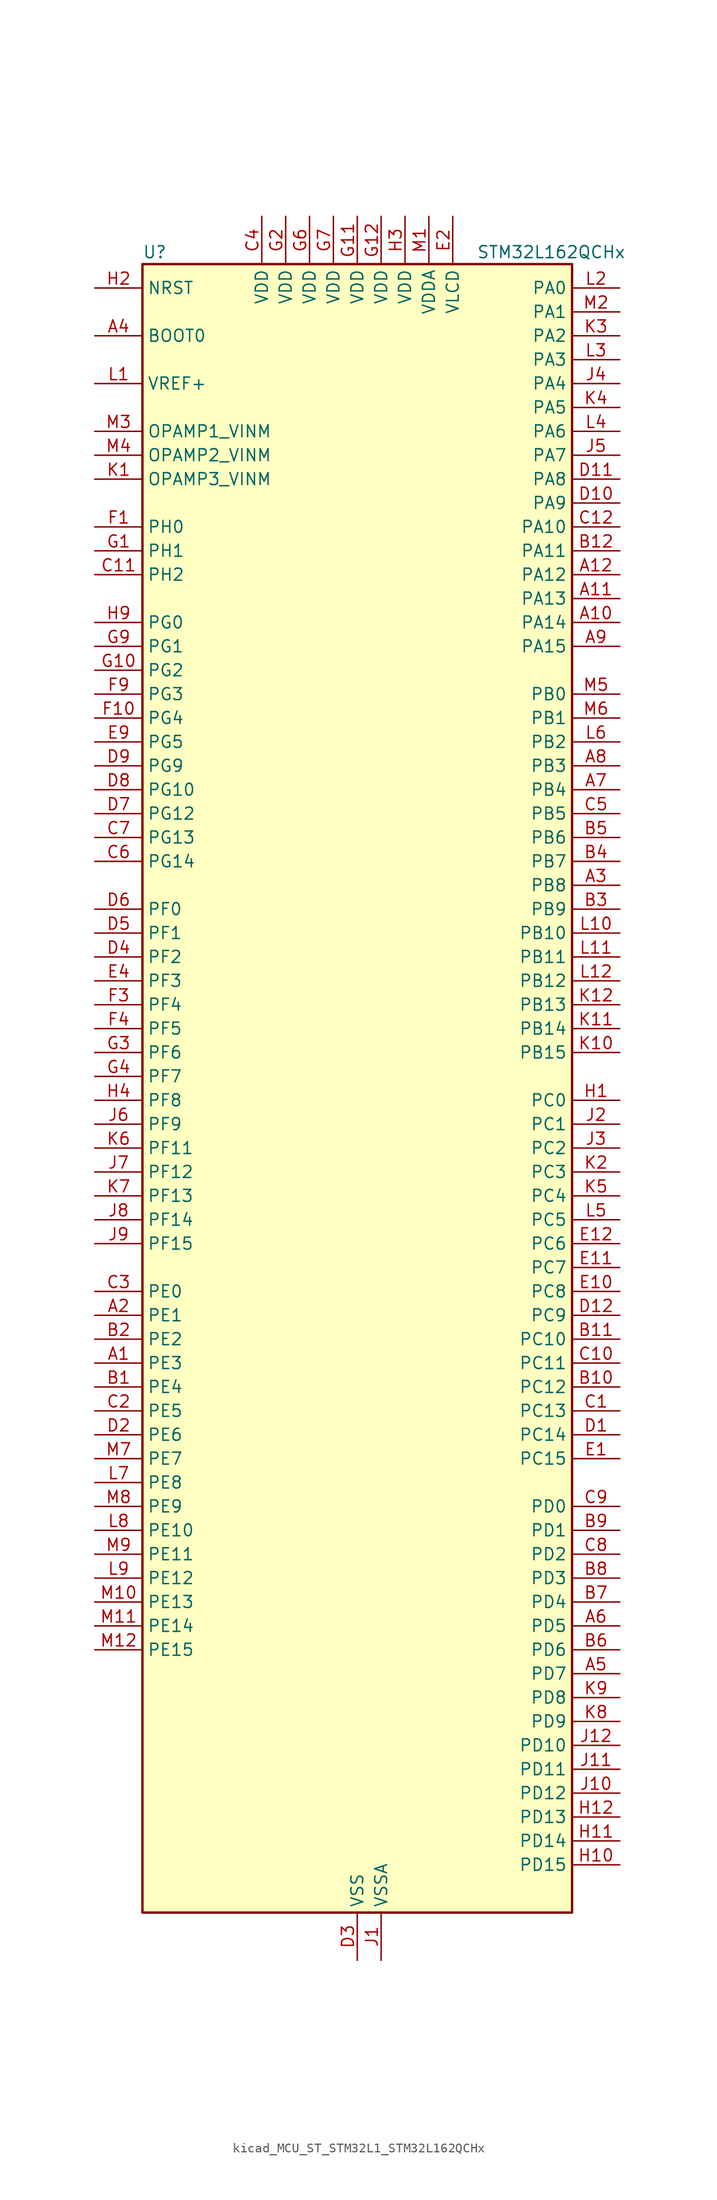
<source format=kicad_sym>
(kicad_symbol_lib
  (version 20220914)
  (generator kicad_symbol_editor)
  (symbol "kicad_MCU_ST_STM32L1_STM32L162QCHx"
    (property "Reference" "U"
      (at -22.86 90.17 0)
      (effects (font (size 1.27 1.27)) (justify left)))
    (property "Value" "STM32L162QCHx"
      (at 12.7 90.17 0)
      (effects (font (size 1.27 1.27)) (justify left)))
    (property "ki_locked" ""
      (at 0 0 0)
      (effects (font (size 1.27 1.27))))
    (symbol "kicad_MCU_ST_STM32L1_STM32L162QCHx_0_1"
      (rectangle (start -22.86 -86.36) (end 22.86 88.9) (stroke (width 0.254) (type default)) (fill (type background))))
    (symbol "kicad_MCU_ST_STM32L1_STM32L162QCHx_1_1"
      (pin bidirectional line (at -27.94 -27.94 0) (length 5.08) (name "PE3" (effects (font (size 1.27 1.27)))) (number "A1" (effects (font (size 1.27 1.27)))) (alternate "LCD_SEG39" bidirectional line) (alternate "SYS_TRACED0" bidirectional line) (alternate "TIM3_CH1" bidirectional line) (alternate "TIMX_IC4" bidirectional line))
      (pin bidirectional line (at 27.94 50.8 180) (length 5.08) (name "PA14" (effects (font (size 1.27 1.27)))) (number "A10" (effects (font (size 1.27 1.27)))) (alternate "SYS_JTCK-SWCLK" bidirectional line) (alternate "TIMX_IC3" bidirectional line) (alternate "TS_G5_IO2" bidirectional line))
      (pin bidirectional line (at 27.94 53.34 180) (length 5.08) (name "PA13" (effects (font (size 1.27 1.27)))) (number "A11" (effects (font (size 1.27 1.27)))) (alternate "SYS_JTMS-SWDIO" bidirectional line) (alternate "TIMX_IC2" bidirectional line) (alternate "TS_G5_IO1" bidirectional line))
      (pin bidirectional line (at 27.94 55.88 180) (length 5.08) (name "PA12" (effects (font (size 1.27 1.27)))) (number "A12" (effects (font (size 1.27 1.27)))) (alternate "SPI1_MOSI" bidirectional line) (alternate "TIMX_IC1" bidirectional line) (alternate "USART1_RTS" bidirectional line) (alternate "USB_DP" bidirectional line))
      (pin bidirectional line (at -27.94 -22.86 0) (length 5.08) (name "PE1" (effects (font (size 1.27 1.27)))) (number "A2" (effects (font (size 1.27 1.27)))) (alternate "LCD_SEG37" bidirectional line) (alternate "TIM11_CH1" bidirectional line) (alternate "TIMX_IC2" bidirectional line))
      (pin bidirectional line (at 27.94 22.86 180) (length 5.08) (name "PB8" (effects (font (size 1.27 1.27)))) (number "A3" (effects (font (size 1.27 1.27)))) (alternate "I2C1_SCL" bidirectional line) (alternate "LCD_SEG16" bidirectional line) (alternate "TIM10_CH1" bidirectional line) (alternate "TIM4_CH3" bidirectional line))
      (pin input line (at -27.94 81.28 0) (length 5.08) (name "BOOT0" (effects (font (size 1.27 1.27)))) (number "A4" (effects (font (size 1.27 1.27)))))
      (pin bidirectional line (at 27.94 -60.96 180) (length 5.08) (name "PD7" (effects (font (size 1.27 1.27)))) (number "A5" (effects (font (size 1.27 1.27)))) (alternate "TIM9_CH2" bidirectional line) (alternate "TIMX_IC4" bidirectional line) (alternate "USART2_CK" bidirectional line))
      (pin bidirectional line (at 27.94 -55.88 180) (length 5.08) (name "PD5" (effects (font (size 1.27 1.27)))) (number "A6" (effects (font (size 1.27 1.27)))) (alternate "TIMX_IC2" bidirectional line) (alternate "USART2_TX" bidirectional line))
      (pin bidirectional line (at 27.94 33.02 180) (length 5.08) (name "PB4" (effects (font (size 1.27 1.27)))) (number "A7" (effects (font (size 1.27 1.27)))) (alternate "COMP2_INP" bidirectional line) (alternate "LCD_SEG8" bidirectional line) (alternate "SPI1_MISO" bidirectional line) (alternate "SPI3_MISO" bidirectional line) (alternate "SYS_JTRST" bidirectional line) (alternate "TIM3_CH1" bidirectional line) (alternate "TS_G6_IO1" bidirectional line))
      (pin bidirectional line (at 27.94 35.56 180) (length 5.08) (name "PB3" (effects (font (size 1.27 1.27)))) (number "A8" (effects (font (size 1.27 1.27)))) (alternate "COMP2_INM" bidirectional line) (alternate "I2S3_CK" bidirectional line) (alternate "LCD_SEG7" bidirectional line) (alternate "SPI1_SCK" bidirectional line) (alternate "SPI3_SCK" bidirectional line) (alternate "SYS_JTDO-TRACESWO" bidirectional line) (alternate "TIM2_CH2" bidirectional line))
      (pin bidirectional line (at 27.94 48.26 180) (length 5.08) (name "PA15" (effects (font (size 1.27 1.27)))) (number "A9" (effects (font (size 1.27 1.27)))) (alternate "ADC_EXTI15" bidirectional line) (alternate "I2S3_WS" bidirectional line) (alternate "LCD_SEG17" bidirectional line) (alternate "SPI1_NSS" bidirectional line) (alternate "SPI3_NSS" bidirectional line) (alternate "SYS_JTDI" bidirectional line) (alternate "TIM2_CH1" bidirectional line) (alternate "TIM2_ETR" bidirectional line) (alternate "TIMX_IC4" bidirectional line) (alternate "TS_G5_IO3" bidirectional line))
      (pin bidirectional line (at -27.94 -30.48 0) (length 5.08) (name "PE4" (effects (font (size 1.27 1.27)))) (number "B1" (effects (font (size 1.27 1.27)))) (alternate "SYS_TRACED1" bidirectional line) (alternate "TIM3_CH2" bidirectional line) (alternate "TIMX_IC1" bidirectional line))
      (pin bidirectional line (at 27.94 -30.48 180) (length 5.08) (name "PC12" (effects (font (size 1.27 1.27)))) (number "B10" (effects (font (size 1.27 1.27)))) (alternate "I2S3_SD" bidirectional line) (alternate "LCD_COM6" bidirectional line) (alternate "LCD_SEG30" bidirectional line) (alternate "LCD_SEG42" bidirectional line) (alternate "SPI3_MOSI" bidirectional line) (alternate "TIMX_IC1" bidirectional line) (alternate "USART3_CK" bidirectional line))
      (pin bidirectional line (at 27.94 -25.4 180) (length 5.08) (name "PC10" (effects (font (size 1.27 1.27)))) (number "B11" (effects (font (size 1.27 1.27)))) (alternate "I2S3_CK" bidirectional line) (alternate "LCD_COM4" bidirectional line) (alternate "LCD_SEG28" bidirectional line) (alternate "LCD_SEG40" bidirectional line) (alternate "SPI3_SCK" bidirectional line) (alternate "TIMX_IC3" bidirectional line) (alternate "USART3_TX" bidirectional line))
      (pin bidirectional line (at 27.94 58.42 180) (length 5.08) (name "PA11" (effects (font (size 1.27 1.27)))) (number "B12" (effects (font (size 1.27 1.27)))) (alternate "ADC_EXTI11" bidirectional line) (alternate "SPI1_MISO" bidirectional line) (alternate "TIMX_IC4" bidirectional line) (alternate "USART1_CTS" bidirectional line) (alternate "USB_DM" bidirectional line))
      (pin bidirectional line (at -27.94 -25.4 0) (length 5.08) (name "PE2" (effects (font (size 1.27 1.27)))) (number "B2" (effects (font (size 1.27 1.27)))) (alternate "LCD_SEG38" bidirectional line) (alternate "SYS_TRACECK" bidirectional line) (alternate "TIM3_ETR" bidirectional line) (alternate "TIMX_IC3" bidirectional line))
      (pin bidirectional line (at 27.94 20.32 180) (length 5.08) (name "PB9" (effects (font (size 1.27 1.27)))) (number "B3" (effects (font (size 1.27 1.27)))) (alternate "DAC_EXTI9" bidirectional line) (alternate "I2C1_SDA" bidirectional line) (alternate "LCD_COM3" bidirectional line) (alternate "TIM11_CH1" bidirectional line) (alternate "TIM4_CH4" bidirectional line))
      (pin bidirectional line (at 27.94 25.4 180) (length 5.08) (name "PB7" (effects (font (size 1.27 1.27)))) (number "B4" (effects (font (size 1.27 1.27)))) (alternate "COMP2_INP" bidirectional line) (alternate "I2C1_SDA" bidirectional line) (alternate "SYS_PVD_IN" bidirectional line) (alternate "TIM4_CH2" bidirectional line) (alternate "TS_G6_IO4" bidirectional line) (alternate "USART1_RX" bidirectional line))
      (pin bidirectional line (at 27.94 27.94 180) (length 5.08) (name "PB6" (effects (font (size 1.27 1.27)))) (number "B5" (effects (font (size 1.27 1.27)))) (alternate "COMP2_INP" bidirectional line) (alternate "I2C1_SCL" bidirectional line) (alternate "TIM4_CH1" bidirectional line) (alternate "TS_G6_IO3" bidirectional line) (alternate "USART1_TX" bidirectional line))
      (pin bidirectional line (at 27.94 -58.42 180) (length 5.08) (name "PD6" (effects (font (size 1.27 1.27)))) (number "B6" (effects (font (size 1.27 1.27)))) (alternate "TIMX_IC3" bidirectional line) (alternate "USART2_RX" bidirectional line))
      (pin bidirectional line (at 27.94 -53.34 180) (length 5.08) (name "PD4" (effects (font (size 1.27 1.27)))) (number "B7" (effects (font (size 1.27 1.27)))) (alternate "I2S2_SD" bidirectional line) (alternate "SPI2_MOSI" bidirectional line) (alternate "TIMX_IC1" bidirectional line) (alternate "USART2_RTS" bidirectional line))
      (pin bidirectional line (at 27.94 -50.8 180) (length 5.08) (name "PD3" (effects (font (size 1.27 1.27)))) (number "B8" (effects (font (size 1.27 1.27)))) (alternate "SPI2_MISO" bidirectional line) (alternate "TIMX_IC4" bidirectional line) (alternate "USART2_CTS" bidirectional line))
      (pin bidirectional line (at 27.94 -45.72 180) (length 5.08) (name "PD1" (effects (font (size 1.27 1.27)))) (number "B9" (effects (font (size 1.27 1.27)))) (alternate "I2S2_CK" bidirectional line) (alternate "SPI2_SCK" bidirectional line) (alternate "TIMX_IC2" bidirectional line))
      (pin bidirectional line (at 27.94 -33.02 180) (length 5.08) (name "PC13" (effects (font (size 1.27 1.27)))) (number "C1" (effects (font (size 1.27 1.27)))) (alternate "RTC_OUT_ALARM" bidirectional line) (alternate "RTC_OUT_CALIB" bidirectional line) (alternate "RTC_TAMP1" bidirectional line) (alternate "RTC_TS" bidirectional line) (alternate "SYS_WKUP2" bidirectional line) (alternate "TIMX_IC2" bidirectional line))
      (pin bidirectional line (at 27.94 -27.94 180) (length 5.08) (name "PC11" (effects (font (size 1.27 1.27)))) (number "C10" (effects (font (size 1.27 1.27)))) (alternate "ADC_EXTI11" bidirectional line) (alternate "LCD_COM5" bidirectional line) (alternate "LCD_SEG29" bidirectional line) (alternate "LCD_SEG41" bidirectional line) (alternate "SPI3_MISO" bidirectional line) (alternate "TIMX_IC4" bidirectional line) (alternate "USART3_RX" bidirectional line))
      (pin bidirectional line (at -27.94 55.88 0) (length 5.08) (name "PH2" (effects (font (size 1.27 1.27)))) (number "C11" (effects (font (size 1.27 1.27)))))
      (pin bidirectional line (at 27.94 60.96 180) (length 5.08) (name "PA10" (effects (font (size 1.27 1.27)))) (number "C12" (effects (font (size 1.27 1.27)))) (alternate "LCD_COM2" bidirectional line) (alternate "TIMX_IC3" bidirectional line) (alternate "TS_G4_IO3" bidirectional line) (alternate "USART1_RX" bidirectional line))
      (pin bidirectional line (at -27.94 -33.02 0) (length 5.08) (name "PE5" (effects (font (size 1.27 1.27)))) (number "C2" (effects (font (size 1.27 1.27)))) (alternate "SYS_TRACED2" bidirectional line) (alternate "TIM9_CH1" bidirectional line) (alternate "TIMX_IC2" bidirectional line))
      (pin bidirectional line (at -27.94 -20.32 0) (length 5.08) (name "PE0" (effects (font (size 1.27 1.27)))) (number "C3" (effects (font (size 1.27 1.27)))) (alternate "LCD_SEG36" bidirectional line) (alternate "TIM10_CH1" bidirectional line) (alternate "TIM4_ETR" bidirectional line) (alternate "TIMX_IC1" bidirectional line))
      (pin power_in line (at -10.16 93.98 270) (length 5.08) (name "VDD" (effects (font (size 1.27 1.27)))) (number "C4" (effects (font (size 1.27 1.27)))))
      (pin bidirectional line (at 27.94 30.48 180) (length 5.08) (name "PB5" (effects (font (size 1.27 1.27)))) (number "C5" (effects (font (size 1.27 1.27)))) (alternate "COMP2_INP" bidirectional line) (alternate "I2C1_SMBA" bidirectional line) (alternate "I2S3_SD" bidirectional line) (alternate "LCD_SEG9" bidirectional line) (alternate "SPI1_MOSI" bidirectional line) (alternate "SPI3_MOSI" bidirectional line) (alternate "TIM3_CH2" bidirectional line) (alternate "TS_G6_IO2" bidirectional line))
      (pin bidirectional line (at -27.94 25.4 0) (length 5.08) (name "PG14" (effects (font (size 1.27 1.27)))) (number "C6" (effects (font (size 1.27 1.27)))))
      (pin bidirectional line (at -27.94 27.94 0) (length 5.08) (name "PG13" (effects (font (size 1.27 1.27)))) (number "C7" (effects (font (size 1.27 1.27)))))
      (pin bidirectional line (at 27.94 -48.26 180) (length 5.08) (name "PD2" (effects (font (size 1.27 1.27)))) (number "C8" (effects (font (size 1.27 1.27)))) (alternate "LCD_COM7" bidirectional line) (alternate "LCD_SEG31" bidirectional line) (alternate "LCD_SEG43" bidirectional line) (alternate "TIM3_ETR" bidirectional line) (alternate "TIMX_IC3" bidirectional line))
      (pin bidirectional line (at 27.94 -43.18 180) (length 5.08) (name "PD0" (effects (font (size 1.27 1.27)))) (number "C9" (effects (font (size 1.27 1.27)))) (alternate "I2S2_WS" bidirectional line) (alternate "SPI2_NSS" bidirectional line) (alternate "TIM9_CH1" bidirectional line) (alternate "TIMX_IC1" bidirectional line))
      (pin bidirectional line (at 27.94 -35.56 180) (length 5.08) (name "PC14" (effects (font (size 1.27 1.27)))) (number "D1" (effects (font (size 1.27 1.27)))) (alternate "RCC_OSC32_IN" bidirectional line) (alternate "TIMX_IC3" bidirectional line))
      (pin bidirectional line (at 27.94 63.5 180) (length 5.08) (name "PA9" (effects (font (size 1.27 1.27)))) (number "D10" (effects (font (size 1.27 1.27)))) (alternate "DAC_EXTI9" bidirectional line) (alternate "LCD_COM1" bidirectional line) (alternate "TIMX_IC2" bidirectional line) (alternate "TS_G4_IO2" bidirectional line) (alternate "USART1_TX" bidirectional line))
      (pin bidirectional line (at 27.94 66.04 180) (length 5.08) (name "PA8" (effects (font (size 1.27 1.27)))) (number "D11" (effects (font (size 1.27 1.27)))) (alternate "LCD_COM0" bidirectional line) (alternate "RCC_MCO" bidirectional line) (alternate "TIMX_IC1" bidirectional line) (alternate "TS_G4_IO1" bidirectional line) (alternate "USART1_CK" bidirectional line))
      (pin bidirectional line (at 27.94 -22.86 180) (length 5.08) (name "PC9" (effects (font (size 1.27 1.27)))) (number "D12" (effects (font (size 1.27 1.27)))) (alternate "DAC_EXTI9" bidirectional line) (alternate "LCD_SEG27" bidirectional line) (alternate "TIM3_CH4" bidirectional line) (alternate "TIMX_IC2" bidirectional line) (alternate "TS_G10_IO4" bidirectional line))
      (pin bidirectional line (at -27.94 -35.56 0) (length 5.08) (name "PE6" (effects (font (size 1.27 1.27)))) (number "D2" (effects (font (size 1.27 1.27)))) (alternate "RTC_TAMP3" bidirectional line) (alternate "SYS_TRACED3" bidirectional line) (alternate "SYS_WKUP3" bidirectional line) (alternate "TIM9_CH2" bidirectional line) (alternate "TIMX_IC3" bidirectional line))
      (pin power_in line (at 0 -91.44 90) (length 5.08) (name "VSS" (effects (font (size 1.27 1.27)))) (number "D3" (effects (font (size 1.27 1.27)))))
      (pin bidirectional line (at -27.94 15.24 0) (length 5.08) (name "PF2" (effects (font (size 1.27 1.27)))) (number "D4" (effects (font (size 1.27 1.27)))))
      (pin bidirectional line (at -27.94 17.78 0) (length 5.08) (name "PF1" (effects (font (size 1.27 1.27)))) (number "D5" (effects (font (size 1.27 1.27)))))
      (pin bidirectional line (at -27.94 20.32 0) (length 5.08) (name "PF0" (effects (font (size 1.27 1.27)))) (number "D6" (effects (font (size 1.27 1.27)))))
      (pin bidirectional line (at -27.94 30.48 0) (length 5.08) (name "PG12" (effects (font (size 1.27 1.27)))) (number "D7" (effects (font (size 1.27 1.27)))))
      (pin bidirectional line (at -27.94 33.02 0) (length 5.08) (name "PG10" (effects (font (size 1.27 1.27)))) (number "D8" (effects (font (size 1.27 1.27)))))
      (pin bidirectional line (at -27.94 35.56 0) (length 5.08) (name "PG9" (effects (font (size 1.27 1.27)))) (number "D9" (effects (font (size 1.27 1.27)))) (alternate "DAC_EXTI9" bidirectional line))
      (pin bidirectional line (at 27.94 -38.1 180) (length 5.08) (name "PC15" (effects (font (size 1.27 1.27)))) (number "E1" (effects (font (size 1.27 1.27)))) (alternate "ADC_EXTI15" bidirectional line) (alternate "RCC_OSC32_OUT" bidirectional line) (alternate "TIMX_IC4" bidirectional line))
      (pin bidirectional line (at 27.94 -20.32 180) (length 5.08) (name "PC8" (effects (font (size 1.27 1.27)))) (number "E10" (effects (font (size 1.27 1.27)))) (alternate "LCD_SEG26" bidirectional line) (alternate "TIM3_CH3" bidirectional line) (alternate "TIMX_IC1" bidirectional line) (alternate "TS_G10_IO3" bidirectional line))
      (pin bidirectional line (at 27.94 -17.78 180) (length 5.08) (name "PC7" (effects (font (size 1.27 1.27)))) (number "E11" (effects (font (size 1.27 1.27)))) (alternate "I2S3_MCK" bidirectional line) (alternate "LCD_SEG25" bidirectional line) (alternate "TIM3_CH2" bidirectional line) (alternate "TIMX_IC4" bidirectional line) (alternate "TS_G10_IO2" bidirectional line))
      (pin bidirectional line (at 27.94 -15.24 180) (length 5.08) (name "PC6" (effects (font (size 1.27 1.27)))) (number "E12" (effects (font (size 1.27 1.27)))) (alternate "I2S2_MCK" bidirectional line) (alternate "LCD_SEG24" bidirectional line) (alternate "TIM3_CH1" bidirectional line) (alternate "TIMX_IC3" bidirectional line) (alternate "TS_G10_IO1" bidirectional line))
      (pin power_in line (at 10.16 93.98 270) (length 5.08) (name "VLCD" (effects (font (size 1.27 1.27)))) (number "E2" (effects (font (size 1.27 1.27)))))
      (pin passive line (at 0 -91.44 90) (length 5.08) hide (name "VSS" (effects (font (size 1.27 1.27)))) (number "E3" (effects (font (size 1.27 1.27)))))
      (pin bidirectional line (at -27.94 12.7 0) (length 5.08) (name "PF3" (effects (font (size 1.27 1.27)))) (number "E4" (effects (font (size 1.27 1.27)))))
      (pin bidirectional line (at -27.94 38.1 0) (length 5.08) (name "PG5" (effects (font (size 1.27 1.27)))) (number "E9" (effects (font (size 1.27 1.27)))))
      (pin bidirectional line (at -27.94 60.96 0) (length 5.08) (name "PH0" (effects (font (size 1.27 1.27)))) (number "F1" (effects (font (size 1.27 1.27)))) (alternate "RCC_OSC_IN" bidirectional line))
      (pin bidirectional line (at -27.94 40.64 0) (length 5.08) (name "PG4" (effects (font (size 1.27 1.27)))) (number "F10" (effects (font (size 1.27 1.27)))) (alternate "ADC_IN12b" bidirectional line) (alternate "TS_G7_IO7" bidirectional line))
      (pin passive line (at 0 -91.44 90) (length 5.08) hide (name "VSS" (effects (font (size 1.27 1.27)))) (number "F11" (effects (font (size 1.27 1.27)))))
      (pin passive line (at 0 -91.44 90) (length 5.08) hide (name "VSS" (effects (font (size 1.27 1.27)))) (number "F12" (effects (font (size 1.27 1.27)))))
      (pin passive line (at 0 -91.44 90) (length 5.08) hide (name "VSS" (effects (font (size 1.27 1.27)))) (number "F2" (effects (font (size 1.27 1.27)))))
      (pin bidirectional line (at -27.94 10.16 0) (length 5.08) (name "PF4" (effects (font (size 1.27 1.27)))) (number "F3" (effects (font (size 1.27 1.27)))))
      (pin bidirectional line (at -27.94 7.62 0) (length 5.08) (name "PF5" (effects (font (size 1.27 1.27)))) (number "F4" (effects (font (size 1.27 1.27)))))
      (pin passive line (at 0 -91.44 90) (length 5.08) hide (name "VSS" (effects (font (size 1.27 1.27)))) (number "F6" (effects (font (size 1.27 1.27)))))
      (pin passive line (at 0 -91.44 90) (length 5.08) hide (name "VSS" (effects (font (size 1.27 1.27)))) (number "F7" (effects (font (size 1.27 1.27)))))
      (pin bidirectional line (at -27.94 43.18 0) (length 5.08) (name "PG3" (effects (font (size 1.27 1.27)))) (number "F9" (effects (font (size 1.27 1.27)))) (alternate "ADC_IN11b" bidirectional line) (alternate "TS_G7_IO6" bidirectional line))
      (pin bidirectional line (at -27.94 58.42 0) (length 5.08) (name "PH1" (effects (font (size 1.27 1.27)))) (number "G1" (effects (font (size 1.27 1.27)))) (alternate "RCC_OSC_OUT" bidirectional line))
      (pin bidirectional line (at -27.94 45.72 0) (length 5.08) (name "PG2" (effects (font (size 1.27 1.27)))) (number "G10" (effects (font (size 1.27 1.27)))) (alternate "ADC_IN10b" bidirectional line) (alternate "TS_G7_IO5" bidirectional line))
      (pin power_in line (at 0 93.98 270) (length 5.08) (name "VDD" (effects (font (size 1.27 1.27)))) (number "G11" (effects (font (size 1.27 1.27)))))
      (pin power_in line (at 2.54 93.98 270) (length 5.08) (name "VDD" (effects (font (size 1.27 1.27)))) (number "G12" (effects (font (size 1.27 1.27)))))
      (pin power_in line (at -7.62 93.98 270) (length 5.08) (name "VDD" (effects (font (size 1.27 1.27)))) (number "G2" (effects (font (size 1.27 1.27)))))
      (pin bidirectional line (at -27.94 5.08 0) (length 5.08) (name "PF6" (effects (font (size 1.27 1.27)))) (number "G3" (effects (font (size 1.27 1.27)))) (alternate "ADC_IN27" bidirectional line) (alternate "TIM5_CH1" bidirectional line) (alternate "TIM5_ETR" bidirectional line) (alternate "TS_G11_IO1" bidirectional line))
      (pin bidirectional line (at -27.94 2.54 0) (length 5.08) (name "PF7" (effects (font (size 1.27 1.27)))) (number "G4" (effects (font (size 1.27 1.27)))) (alternate "ADC_IN28" bidirectional line) (alternate "COMP1_INP" bidirectional line) (alternate "TIM5_CH2" bidirectional line) (alternate "TS_G11_IO2" bidirectional line))
      (pin power_in line (at -5.08 93.98 270) (length 5.08) (name "VDD" (effects (font (size 1.27 1.27)))) (number "G6" (effects (font (size 1.27 1.27)))))
      (pin power_in line (at -2.54 93.98 270) (length 5.08) (name "VDD" (effects (font (size 1.27 1.27)))) (number "G7" (effects (font (size 1.27 1.27)))))
      (pin bidirectional line (at -27.94 48.26 0) (length 5.08) (name "PG1" (effects (font (size 1.27 1.27)))) (number "G9" (effects (font (size 1.27 1.27)))) (alternate "ADC_IN9b" bidirectional line) (alternate "TS_G2_IO5" bidirectional line))
      (pin bidirectional line (at 27.94 0 180) (length 5.08) (name "PC0" (effects (font (size 1.27 1.27)))) (number "H1" (effects (font (size 1.27 1.27)))) (alternate "ADC_IN10" bidirectional line) (alternate "COMP1_INP" bidirectional line) (alternate "LCD_SEG18" bidirectional line) (alternate "TIMX_IC1" bidirectional line) (alternate "TS_G8_IO1" bidirectional line))
      (pin bidirectional line (at 27.94 -81.28 180) (length 5.08) (name "PD15" (effects (font (size 1.27 1.27)))) (number "H10" (effects (font (size 1.27 1.27)))) (alternate "ADC_EXTI15" bidirectional line) (alternate "LCD_SEG35" bidirectional line) (alternate "TIM4_CH4" bidirectional line) (alternate "TIMX_IC4" bidirectional line))
      (pin bidirectional line (at 27.94 -78.74 180) (length 5.08) (name "PD14" (effects (font (size 1.27 1.27)))) (number "H11" (effects (font (size 1.27 1.27)))) (alternate "LCD_SEG34" bidirectional line) (alternate "TIM4_CH3" bidirectional line) (alternate "TIMX_IC3" bidirectional line))
      (pin bidirectional line (at 27.94 -76.2 180) (length 5.08) (name "PD13" (effects (font (size 1.27 1.27)))) (number "H12" (effects (font (size 1.27 1.27)))) (alternate "LCD_SEG33" bidirectional line) (alternate "TIM4_CH2" bidirectional line) (alternate "TIMX_IC2" bidirectional line))
      (pin input line (at -27.94 86.36 0) (length 5.08) (name "NRST" (effects (font (size 1.27 1.27)))) (number "H2" (effects (font (size 1.27 1.27)))))
      (pin power_in line (at 5.08 93.98 270) (length 5.08) (name "VDD" (effects (font (size 1.27 1.27)))) (number "H3" (effects (font (size 1.27 1.27)))))
      (pin bidirectional line (at -27.94 0 0) (length 5.08) (name "PF8" (effects (font (size 1.27 1.27)))) (number "H4" (effects (font (size 1.27 1.27)))) (alternate "ADC_IN29" bidirectional line) (alternate "COMP1_INP" bidirectional line) (alternate "TIM5_CH3" bidirectional line) (alternate "TS_G11_IO3" bidirectional line))
      (pin bidirectional line (at -27.94 50.8 0) (length 5.08) (name "PG0" (effects (font (size 1.27 1.27)))) (number "H9" (effects (font (size 1.27 1.27)))) (alternate "ADC_IN8b" bidirectional line) (alternate "TS_G2_IO4" bidirectional line))
      (pin power_in line (at 2.54 -91.44 90) (length 5.08) (name "VSSA" (effects (font (size 1.27 1.27)))) (number "J1" (effects (font (size 1.27 1.27)))))
      (pin bidirectional line (at 27.94 -73.66 180) (length 5.08) (name "PD12" (effects (font (size 1.27 1.27)))) (number "J10" (effects (font (size 1.27 1.27)))) (alternate "LCD_SEG32" bidirectional line) (alternate "TIM4_CH1" bidirectional line) (alternate "TIMX_IC1" bidirectional line) (alternate "USART3_RTS" bidirectional line))
      (pin bidirectional line (at 27.94 -71.12 180) (length 5.08) (name "PD11" (effects (font (size 1.27 1.27)))) (number "J11" (effects (font (size 1.27 1.27)))) (alternate "ADC_EXTI11" bidirectional line) (alternate "LCD_SEG31" bidirectional line) (alternate "TIMX_IC4" bidirectional line) (alternate "USART3_CTS" bidirectional line))
      (pin bidirectional line (at 27.94 -68.58 180) (length 5.08) (name "PD10" (effects (font (size 1.27 1.27)))) (number "J12" (effects (font (size 1.27 1.27)))) (alternate "LCD_SEG30" bidirectional line) (alternate "TIMX_IC3" bidirectional line) (alternate "USART3_CK" bidirectional line))
      (pin bidirectional line (at 27.94 -2.54 180) (length 5.08) (name "PC1" (effects (font (size 1.27 1.27)))) (number "J2" (effects (font (size 1.27 1.27)))) (alternate "ADC_IN11" bidirectional line) (alternate "COMP1_INP" bidirectional line) (alternate "LCD_SEG19" bidirectional line) (alternate "TIMX_IC2" bidirectional line) (alternate "TS_G8_IO2" bidirectional line))
      (pin bidirectional line (at 27.94 -5.08 180) (length 5.08) (name "PC2" (effects (font (size 1.27 1.27)))) (number "J3" (effects (font (size 1.27 1.27)))) (alternate "ADC_IN12" bidirectional line) (alternate "COMP1_INP" bidirectional line) (alternate "LCD_SEG20" bidirectional line) (alternate "TIMX_IC3" bidirectional line) (alternate "TS_G8_IO3" bidirectional line))
      (pin bidirectional line (at 27.94 76.2 180) (length 5.08) (name "PA4" (effects (font (size 1.27 1.27)))) (number "J4" (effects (font (size 1.27 1.27)))) (alternate "ADC_IN4" bidirectional line) (alternate "COMP1_INP" bidirectional line) (alternate "DAC_OUT1" bidirectional line) (alternate "I2S3_WS" bidirectional line) (alternate "SPI1_NSS" bidirectional line) (alternate "SPI3_NSS" bidirectional line) (alternate "TIMX_IC1" bidirectional line) (alternate "USART2_CK" bidirectional line))
      (pin bidirectional line (at 27.94 68.58 180) (length 5.08) (name "PA7" (effects (font (size 1.27 1.27)))) (number "J5" (effects (font (size 1.27 1.27)))) (alternate "ADC_IN7" bidirectional line) (alternate "COMP1_INP" bidirectional line) (alternate "LCD_SEG4" bidirectional line) (alternate "SPI1_MOSI" bidirectional line) (alternate "TIM11_CH1" bidirectional line) (alternate "TIM3_CH2" bidirectional line) (alternate "TIMX_IC4" bidirectional line) (alternate "TS_G2_IO2" bidirectional line))
      (pin bidirectional line (at -27.94 -2.54 0) (length 5.08) (name "PF9" (effects (font (size 1.27 1.27)))) (number "J6" (effects (font (size 1.27 1.27)))) (alternate "ADC_IN30" bidirectional line) (alternate "COMP1_INP" bidirectional line) (alternate "DAC_EXTI9" bidirectional line) (alternate "TIM5_CH4" bidirectional line) (alternate "TS_G11_IO4" bidirectional line))
      (pin bidirectional line (at -27.94 -7.62 0) (length 5.08) (name "PF12" (effects (font (size 1.27 1.27)))) (number "J7" (effects (font (size 1.27 1.27)))) (alternate "ADC_IN2b" bidirectional line) (alternate "TS_G3_IO5" bidirectional line))
      (pin bidirectional line (at -27.94 -12.7 0) (length 5.08) (name "PF14" (effects (font (size 1.27 1.27)))) (number "J8" (effects (font (size 1.27 1.27)))) (alternate "ADC_IN6b" bidirectional line) (alternate "TS_G9_IO4" bidirectional line))
      (pin bidirectional line (at -27.94 -15.24 0) (length 5.08) (name "PF15" (effects (font (size 1.27 1.27)))) (number "J9" (effects (font (size 1.27 1.27)))) (alternate "ADC_EXTI15" bidirectional line) (alternate "ADC_IN7b" bidirectional line) (alternate "TS_G2_IO3" bidirectional line))
      (pin input line (at -27.94 66.04 0) (length 5.08) (name "OPAMP3_VINM" (effects (font (size 1.27 1.27)))) (number "K1" (effects (font (size 1.27 1.27)))))
      (pin bidirectional line (at 27.94 5.08 180) (length 5.08) (name "PB15" (effects (font (size 1.27 1.27)))) (number "K10" (effects (font (size 1.27 1.27)))) (alternate "ADC_EXTI15" bidirectional line) (alternate "ADC_IN21" bidirectional line) (alternate "COMP1_INP" bidirectional line) (alternate "I2S2_SD" bidirectional line) (alternate "LCD_SEG15" bidirectional line) (alternate "RTC_REFIN" bidirectional line) (alternate "SPI2_MOSI" bidirectional line) (alternate "TIM11_CH1" bidirectional line) (alternate "TS_G7_IO4" bidirectional line))
      (pin bidirectional line (at 27.94 7.62 180) (length 5.08) (name "PB14" (effects (font (size 1.27 1.27)))) (number "K11" (effects (font (size 1.27 1.27)))) (alternate "ADC_IN20" bidirectional line) (alternate "COMP1_INP" bidirectional line) (alternate "LCD_SEG14" bidirectional line) (alternate "SPI2_MISO" bidirectional line) (alternate "TIM9_CH2" bidirectional line) (alternate "TS_G7_IO3" bidirectional line) (alternate "USART3_RTS" bidirectional line))
      (pin bidirectional line (at 27.94 10.16 180) (length 5.08) (name "PB13" (effects (font (size 1.27 1.27)))) (number "K12" (effects (font (size 1.27 1.27)))) (alternate "ADC_IN19" bidirectional line) (alternate "COMP1_INP" bidirectional line) (alternate "I2S2_CK" bidirectional line) (alternate "LCD_SEG13" bidirectional line) (alternate "SPI2_SCK" bidirectional line) (alternate "TIM9_CH1" bidirectional line) (alternate "TS_G7_IO2" bidirectional line) (alternate "USART3_CTS" bidirectional line))
      (pin bidirectional line (at 27.94 -7.62 180) (length 5.08) (name "PC3" (effects (font (size 1.27 1.27)))) (number "K2" (effects (font (size 1.27 1.27)))) (alternate "ADC_IN13" bidirectional line) (alternate "COMP1_INP" bidirectional line) (alternate "LCD_SEG21" bidirectional line) (alternate "TIMX_IC4" bidirectional line) (alternate "TS_G8_IO4" bidirectional line))
      (pin bidirectional line (at 27.94 81.28 180) (length 5.08) (name "PA2" (effects (font (size 1.27 1.27)))) (number "K3" (effects (font (size 1.27 1.27)))) (alternate "ADC_IN2" bidirectional line) (alternate "COMP1_INP" bidirectional line) (alternate "LCD_SEG1" bidirectional line) (alternate "TIM2_CH3" bidirectional line) (alternate "TIM5_CH3" bidirectional line) (alternate "TIM9_CH1" bidirectional line) (alternate "TIMX_IC3" bidirectional line) (alternate "TS_G1_IO3" bidirectional line) (alternate "USART2_TX" bidirectional line))
      (pin bidirectional line (at 27.94 73.66 180) (length 5.08) (name "PA5" (effects (font (size 1.27 1.27)))) (number "K4" (effects (font (size 1.27 1.27)))) (alternate "ADC_IN5" bidirectional line) (alternate "COMP1_INP" bidirectional line) (alternate "DAC_OUT2" bidirectional line) (alternate "SPI1_SCK" bidirectional line) (alternate "TIM2_CH1" bidirectional line) (alternate "TIM2_ETR" bidirectional line) (alternate "TIMX_IC2" bidirectional line))
      (pin bidirectional line (at 27.94 -10.16 180) (length 5.08) (name "PC4" (effects (font (size 1.27 1.27)))) (number "K5" (effects (font (size 1.27 1.27)))) (alternate "ADC_IN14" bidirectional line) (alternate "COMP1_INP" bidirectional line) (alternate "LCD_SEG22" bidirectional line) (alternate "TIMX_IC1" bidirectional line) (alternate "TS_G9_IO1" bidirectional line))
      (pin bidirectional line (at -27.94 -5.08 0) (length 5.08) (name "PF11" (effects (font (size 1.27 1.27)))) (number "K6" (effects (font (size 1.27 1.27)))) (alternate "ADC_EXTI11" bidirectional line) (alternate "ADC_IN1b" bidirectional line) (alternate "TS_G3_IO4" bidirectional line))
      (pin bidirectional line (at -27.94 -10.16 0) (length 5.08) (name "PF13" (effects (font (size 1.27 1.27)))) (number "K7" (effects (font (size 1.27 1.27)))) (alternate "ADC_IN3b" bidirectional line) (alternate "TS_G9_IO3" bidirectional line))
      (pin bidirectional line (at 27.94 -66.04 180) (length 5.08) (name "PD9" (effects (font (size 1.27 1.27)))) (number "K8" (effects (font (size 1.27 1.27)))) (alternate "DAC_EXTI9" bidirectional line) (alternate "LCD_SEG29" bidirectional line) (alternate "TIMX_IC2" bidirectional line) (alternate "USART3_RX" bidirectional line))
      (pin bidirectional line (at 27.94 -63.5 180) (length 5.08) (name "PD8" (effects (font (size 1.27 1.27)))) (number "K9" (effects (font (size 1.27 1.27)))) (alternate "LCD_SEG28" bidirectional line) (alternate "TIMX_IC1" bidirectional line) (alternate "USART3_TX" bidirectional line))
      (pin input line (at -27.94 76.2 0) (length 5.08) (name "VREF+" (effects (font (size 1.27 1.27)))) (number "L1" (effects (font (size 1.27 1.27)))))
      (pin bidirectional line (at 27.94 17.78 180) (length 5.08) (name "PB10" (effects (font (size 1.27 1.27)))) (number "L10" (effects (font (size 1.27 1.27)))) (alternate "I2C2_SCL" bidirectional line) (alternate "LCD_SEG10" bidirectional line) (alternate "TIM2_CH3" bidirectional line) (alternate "USART3_TX" bidirectional line))
      (pin bidirectional line (at 27.94 15.24 180) (length 5.08) (name "PB11" (effects (font (size 1.27 1.27)))) (number "L11" (effects (font (size 1.27 1.27)))) (alternate "ADC_EXTI11" bidirectional line) (alternate "I2C2_SDA" bidirectional line) (alternate "LCD_SEG11" bidirectional line) (alternate "TIM2_CH4" bidirectional line) (alternate "USART3_RX" bidirectional line))
      (pin bidirectional line (at 27.94 12.7 180) (length 5.08) (name "PB12" (effects (font (size 1.27 1.27)))) (number "L12" (effects (font (size 1.27 1.27)))) (alternate "ADC_IN18" bidirectional line) (alternate "COMP1_INP" bidirectional line) (alternate "I2C2_SMBA" bidirectional line) (alternate "I2S2_WS" bidirectional line) (alternate "LCD_SEG12" bidirectional line) (alternate "SPI2_NSS" bidirectional line) (alternate "TIM10_CH1" bidirectional line) (alternate "TS_G7_IO1" bidirectional line) (alternate "USART3_CK" bidirectional line))
      (pin bidirectional line (at 27.94 86.36 180) (length 5.08) (name "PA0" (effects (font (size 1.27 1.27)))) (number "L2" (effects (font (size 1.27 1.27)))) (alternate "ADC_IN0" bidirectional line) (alternate "COMP1_INP" bidirectional line) (alternate "RTC_TAMP2" bidirectional line) (alternate "SYS_WKUP1" bidirectional line) (alternate "TIM2_CH1" bidirectional line) (alternate "TIM2_ETR" bidirectional line) (alternate "TIM5_CH1" bidirectional line) (alternate "TIMX_IC1" bidirectional line) (alternate "TS_G1_IO1" bidirectional line) (alternate "USART2_CTS" bidirectional line))
      (pin bidirectional line (at 27.94 78.74 180) (length 5.08) (name "PA3" (effects (font (size 1.27 1.27)))) (number "L3" (effects (font (size 1.27 1.27)))) (alternate "ADC_IN3" bidirectional line) (alternate "COMP1_INP" bidirectional line) (alternate "LCD_SEG2" bidirectional line) (alternate "OPAMP1_VOUT" bidirectional line) (alternate "TIM2_CH4" bidirectional line) (alternate "TIM5_CH4" bidirectional line) (alternate "TIM9_CH2" bidirectional line) (alternate "TIMX_IC4" bidirectional line) (alternate "TS_G1_IO4" bidirectional line) (alternate "USART2_RX" bidirectional line))
      (pin bidirectional line (at 27.94 71.12 180) (length 5.08) (name "PA6" (effects (font (size 1.27 1.27)))) (number "L4" (effects (font (size 1.27 1.27)))) (alternate "ADC_IN6" bidirectional line) (alternate "COMP1_INP" bidirectional line) (alternate "LCD_SEG3" bidirectional line) (alternate "OPAMP2_VINP" bidirectional line) (alternate "SPI1_MISO" bidirectional line) (alternate "TIM10_CH1" bidirectional line) (alternate "TIM3_CH1" bidirectional line) (alternate "TIMX_IC3" bidirectional line) (alternate "TS_G2_IO1" bidirectional line))
      (pin bidirectional line (at 27.94 -12.7 180) (length 5.08) (name "PC5" (effects (font (size 1.27 1.27)))) (number "L5" (effects (font (size 1.27 1.27)))) (alternate "ADC_IN15" bidirectional line) (alternate "COMP1_INP" bidirectional line) (alternate "LCD_SEG23" bidirectional line) (alternate "TIMX_IC2" bidirectional line) (alternate "TS_G9_IO2" bidirectional line))
      (pin bidirectional line (at 27.94 38.1 180) (length 5.08) (name "PB2" (effects (font (size 1.27 1.27)))) (number "L6" (effects (font (size 1.27 1.27)))) (alternate "ADC_IN0b" bidirectional line) (alternate "TS_G3_IO3" bidirectional line))
      (pin bidirectional line (at -27.94 -40.64 0) (length 5.08) (name "PE8" (effects (font (size 1.27 1.27)))) (number "L7" (effects (font (size 1.27 1.27)))) (alternate "ADC_IN23" bidirectional line) (alternate "COMP1_INP" bidirectional line) (alternate "TIMX_IC1" bidirectional line))
      (pin bidirectional line (at -27.94 -45.72 0) (length 5.08) (name "PE10" (effects (font (size 1.27 1.27)))) (number "L8" (effects (font (size 1.27 1.27)))) (alternate "ADC_IN25" bidirectional line) (alternate "COMP1_INP" bidirectional line) (alternate "TIM2_CH2" bidirectional line) (alternate "TIMX_IC3" bidirectional line))
      (pin bidirectional line (at -27.94 -50.8 0) (length 5.08) (name "PE12" (effects (font (size 1.27 1.27)))) (number "L9" (effects (font (size 1.27 1.27)))) (alternate "SPI1_NSS" bidirectional line) (alternate "TIM2_CH4" bidirectional line) (alternate "TIMX_IC1" bidirectional line))
      (pin power_in line (at 7.62 93.98 270) (length 5.08) (name "VDDA" (effects (font (size 1.27 1.27)))) (number "M1" (effects (font (size 1.27 1.27)))))
      (pin bidirectional line (at -27.94 -53.34 0) (length 5.08) (name "PE13" (effects (font (size 1.27 1.27)))) (number "M10" (effects (font (size 1.27 1.27)))) (alternate "SPI1_SCK" bidirectional line) (alternate "TIMX_IC2" bidirectional line))
      (pin bidirectional line (at -27.94 -55.88 0) (length 5.08) (name "PE14" (effects (font (size 1.27 1.27)))) (number "M11" (effects (font (size 1.27 1.27)))) (alternate "SPI1_MISO" bidirectional line) (alternate "TIMX_IC3" bidirectional line))
      (pin bidirectional line (at -27.94 -58.42 0) (length 5.08) (name "PE15" (effects (font (size 1.27 1.27)))) (number "M12" (effects (font (size 1.27 1.27)))) (alternate "ADC_EXTI15" bidirectional line) (alternate "SPI1_MOSI" bidirectional line) (alternate "TIMX_IC4" bidirectional line))
      (pin bidirectional line (at 27.94 83.82 180) (length 5.08) (name "PA1" (effects (font (size 1.27 1.27)))) (number "M2" (effects (font (size 1.27 1.27)))) (alternate "ADC_IN1" bidirectional line) (alternate "COMP1_INP" bidirectional line) (alternate "LCD_SEG0" bidirectional line) (alternate "OPAMP1_VINP" bidirectional line) (alternate "TIM2_CH2" bidirectional line) (alternate "TIM5_CH2" bidirectional line) (alternate "TIMX_IC2" bidirectional line) (alternate "TS_G1_IO2" bidirectional line) (alternate "USART2_RTS" bidirectional line))
      (pin input line (at -27.94 71.12 0) (length 5.08) (name "OPAMP1_VINM" (effects (font (size 1.27 1.27)))) (number "M3" (effects (font (size 1.27 1.27)))) (alternate "OPAMP1_VINM" bidirectional line))
      (pin input line (at -27.94 68.58 0) (length 5.08) (name "OPAMP2_VINM" (effects (font (size 1.27 1.27)))) (number "M4" (effects (font (size 1.27 1.27)))) (alternate "OPAMP2_VINM" bidirectional line))
      (pin bidirectional line (at 27.94 43.18 180) (length 5.08) (name "PB0" (effects (font (size 1.27 1.27)))) (number "M5" (effects (font (size 1.27 1.27)))) (alternate "ADC_IN8" bidirectional line) (alternate "COMP1_INP" bidirectional line) (alternate "LCD_SEG5" bidirectional line) (alternate "OPAMP2_VOUT" bidirectional line) (alternate "SYS_V_REF_OUT" bidirectional line) (alternate "TIM3_CH3" bidirectional line) (alternate "TS_G3_IO1" bidirectional line))
      (pin bidirectional line (at 27.94 40.64 180) (length 5.08) (name "PB1" (effects (font (size 1.27 1.27)))) (number "M6" (effects (font (size 1.27 1.27)))) (alternate "ADC_IN9" bidirectional line) (alternate "COMP1_INP" bidirectional line) (alternate "LCD_SEG6" bidirectional line) (alternate "SYS_V_REF_OUT" bidirectional line) (alternate "TIM3_CH4" bidirectional line) (alternate "TS_G3_IO2" bidirectional line))
      (pin bidirectional line (at -27.94 -38.1 0) (length 5.08) (name "PE7" (effects (font (size 1.27 1.27)))) (number "M7" (effects (font (size 1.27 1.27)))) (alternate "ADC_IN22" bidirectional line) (alternate "COMP1_INP" bidirectional line) (alternate "TIMX_IC4" bidirectional line))
      (pin bidirectional line (at -27.94 -43.18 0) (length 5.08) (name "PE9" (effects (font (size 1.27 1.27)))) (number "M8" (effects (font (size 1.27 1.27)))) (alternate "ADC_IN24" bidirectional line) (alternate "COMP1_INP" bidirectional line) (alternate "DAC_EXTI9" bidirectional line) (alternate "TIM2_CH1" bidirectional line) (alternate "TIM2_ETR" bidirectional line) (alternate "TIMX_IC2" bidirectional line))
      (pin bidirectional line (at -27.94 -48.26 0) (length 5.08) (name "PE11" (effects (font (size 1.27 1.27)))) (number "M9" (effects (font (size 1.27 1.27)))) (alternate "ADC_EXTI11" bidirectional line) (alternate "TIM2_CH3" bidirectional line) (alternate "TIMX_IC4" bidirectional line)))))
</source>
